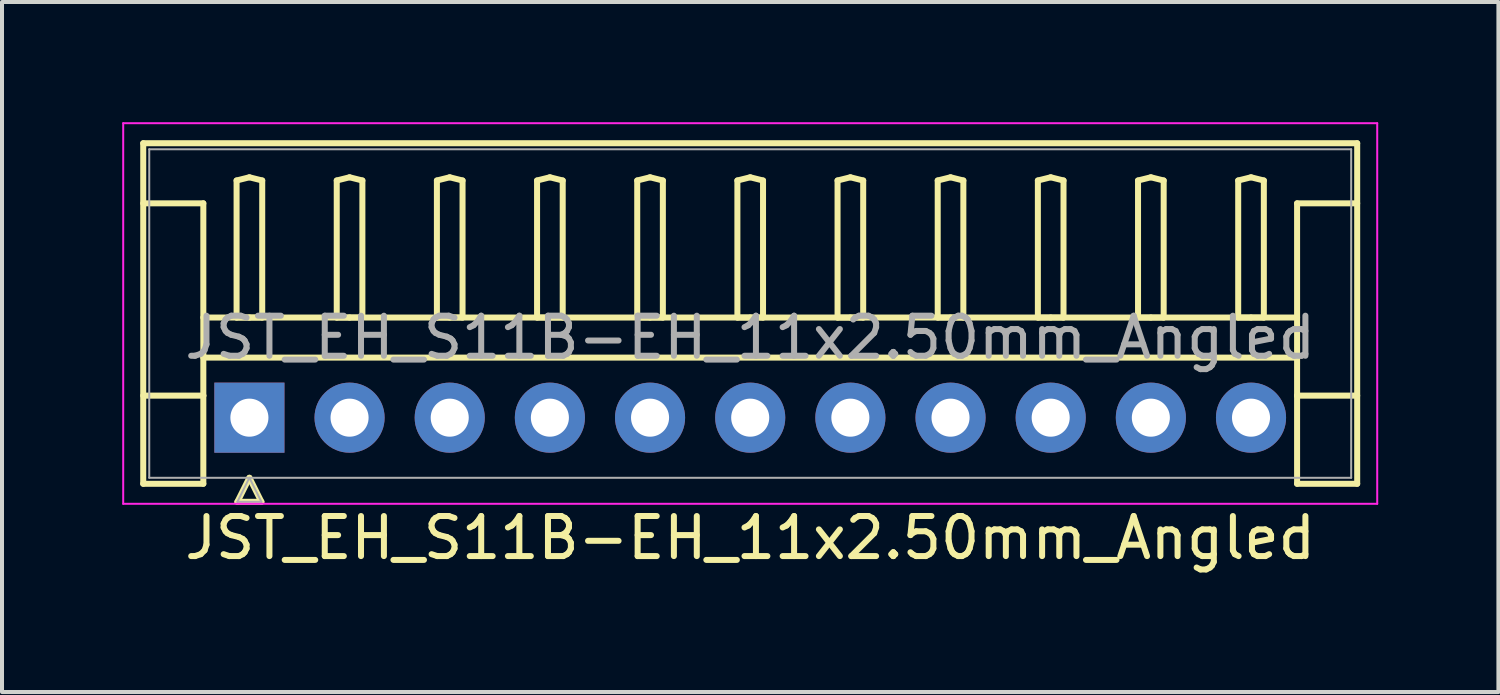
<source format=kicad_pcb>
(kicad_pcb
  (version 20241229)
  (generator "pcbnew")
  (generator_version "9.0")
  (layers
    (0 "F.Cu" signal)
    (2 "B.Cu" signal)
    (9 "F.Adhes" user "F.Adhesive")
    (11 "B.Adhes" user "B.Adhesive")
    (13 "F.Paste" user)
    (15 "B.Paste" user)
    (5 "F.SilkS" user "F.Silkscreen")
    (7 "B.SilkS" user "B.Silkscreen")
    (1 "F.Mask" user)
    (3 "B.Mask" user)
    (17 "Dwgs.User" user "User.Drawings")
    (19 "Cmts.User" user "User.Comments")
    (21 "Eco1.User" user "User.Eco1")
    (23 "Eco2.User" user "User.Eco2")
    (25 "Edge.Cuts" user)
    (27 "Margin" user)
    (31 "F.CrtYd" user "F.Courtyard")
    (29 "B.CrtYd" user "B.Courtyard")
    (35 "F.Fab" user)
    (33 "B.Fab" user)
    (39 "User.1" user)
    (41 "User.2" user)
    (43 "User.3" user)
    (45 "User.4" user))
  (footprint "JST_EH_S11B-EH_11x2.50mm_Angled"
    (layer "F.Cu")
    (at 3.175 7.375)
    (property "Reference" "JST_EH_S11B-EH_11x2.50mm_Angled" (at 12.5 -2 0) (layer "F.Fab") (effects (font (size 1 1) (thickness 0.15))))
    (attr through_hole)
    (fp_line (start -2.65 -6.85) (end 27.65 -6.85) (stroke (width 0.15) (type solid)) (layer "F.SilkS"))
    (fp_line (start -2.65 -5.35) (end -1.15 -5.35) (stroke (width 0.15) (type solid)) (layer "F.SilkS"))
    (fp_line (start -2.65 1.65) (end -2.65 -6.85) (stroke (width 0.15) (type solid)) (layer "F.SilkS"))
    (fp_line (start -1.15 -5.35) (end -1.15 -0.55) (stroke (width 0.15) (type solid)) (layer "F.SilkS"))
    (fp_line (start -1.15 -2.5) (end 26.15 -2.5) (stroke (width 0.15) (type solid)) (layer "F.SilkS"))
    (fp_line (start -1.15 -1.5) (end 26.15 -1.5) (stroke (width 0.15) (type solid)) (layer "F.SilkS"))
    (fp_line (start -1.15 -0.55) (end -2.65 -0.55) (stroke (width 0.15) (type solid)) (layer "F.SilkS"))
    (fp_line (start -1.15 -0.55) (end -1.15 1.65) (stroke (width 0.15) (type solid)) (layer "F.SilkS"))
    (fp_line (start -1.15 1.65) (end -2.65 1.65) (stroke (width 0.15) (type solid)) (layer "F.SilkS"))
    (fp_line (start -0.32 -5.92) (end 0 -6) (stroke (width 0.15) (type solid)) (layer "F.SilkS"))
    (fp_line (start -0.32 -2.5) (end -0.32 -5.92) (stroke (width 0.15) (type solid)) (layer "F.SilkS"))
    (fp_line (start -0.3 2.1) (end 0.3 2.1) (stroke (width 0.15) (type solid)) (layer "F.SilkS"))
    (fp_line (start 0 -6) (end 0.32 -5.92) (stroke (width 0.15) (type solid)) (layer "F.SilkS"))
    (fp_line (start 0 -2.5) (end -0.32 -2.5) (stroke (width 0.15) (type solid)) (layer "F.SilkS"))
    (fp_line (start 0 1.5) (end -0.3 2.1) (stroke (width 0.15) (type solid)) (layer "F.SilkS"))
    (fp_line (start 0.3 2.1) (end 0 1.5) (stroke (width 0.15) (type solid)) (layer "F.SilkS"))
    (fp_line (start 0.32 -5.92) (end 0.32 -2.5) (stroke (width 0.15) (type solid)) (layer "F.SilkS"))
    (fp_line (start 0.32 -2.5) (end 0 -2.5) (stroke (width 0.15) (type solid)) (layer "F.SilkS"))
    (fp_line (start 2.18 -5.92) (end 2.5 -6) (stroke (width 0.15) (type solid)) (layer "F.SilkS"))
    (fp_line (start 2.18 -2.5) (end 2.18 -5.92) (stroke (width 0.15) (type solid)) (layer "F.SilkS"))
    (fp_line (start 2.5 -6) (end 2.82 -5.92) (stroke (width 0.15) (type solid)) (layer "F.SilkS"))
    (fp_line (start 2.5 -2.5) (end 2.18 -2.5) (stroke (width 0.15) (type solid)) (layer "F.SilkS"))
    (fp_line (start 2.82 -5.92) (end 2.82 -2.5) (stroke (width 0.15) (type solid)) (layer "F.SilkS"))
    (fp_line (start 2.82 -2.5) (end 2.5 -2.5) (stroke (width 0.15) (type solid)) (layer "F.SilkS"))
    (fp_line (start 4.68 -5.92) (end 5 -6) (stroke (width 0.15) (type solid)) (layer "F.SilkS"))
    (fp_line (start 4.68 -2.5) (end 4.68 -5.92) (stroke (width 0.15) (type solid)) (layer "F.SilkS"))
    (fp_line (start 5 -6) (end 5.32 -5.92) (stroke (width 0.15) (type solid)) (layer "F.SilkS"))
    (fp_line (start 5 -2.5) (end 4.68 -2.5) (stroke (width 0.15) (type solid)) (layer "F.SilkS"))
    (fp_line (start 5.32 -5.92) (end 5.32 -2.5) (stroke (width 0.15) (type solid)) (layer "F.SilkS"))
    (fp_line (start 5.32 -2.5) (end 5 -2.5) (stroke (width 0.15) (type solid)) (layer "F.SilkS"))
    (fp_line (start 7.18 -5.92) (end 7.5 -6) (stroke (width 0.15) (type solid)) (layer "F.SilkS"))
    (fp_line (start 7.18 -2.5) (end 7.18 -5.92) (stroke (width 0.15) (type solid)) (layer "F.SilkS"))
    (fp_line (start 7.5 -6) (end 7.82 -5.92) (stroke (width 0.15) (type solid)) (layer "F.SilkS"))
    (fp_line (start 7.5 -2.5) (end 7.18 -2.5) (stroke (width 0.15) (type solid)) (layer "F.SilkS"))
    (fp_line (start 7.82 -5.92) (end 7.82 -2.5) (stroke (width 0.15) (type solid)) (layer "F.SilkS"))
    (fp_line (start 7.82 -2.5) (end 7.5 -2.5) (stroke (width 0.15) (type solid)) (layer "F.SilkS"))
    (fp_line (start 9.68 -5.92) (end 10 -6) (stroke (width 0.15) (type solid)) (layer "F.SilkS"))
    (fp_line (start 9.68 -2.5) (end 9.68 -5.92) (stroke (width 0.15) (type solid)) (layer "F.SilkS"))
    (fp_line (start 10 -6) (end 10.32 -5.92) (stroke (width 0.15) (type solid)) (layer "F.SilkS"))
    (fp_line (start 10 -2.5) (end 9.68 -2.5) (stroke (width 0.15) (type solid)) (layer "F.SilkS"))
    (fp_line (start 10.32 -5.92) (end 10.32 -2.5) (stroke (width 0.15) (type solid)) (layer "F.SilkS"))
    (fp_line (start 10.32 -2.5) (end 10 -2.5) (stroke (width 0.15) (type solid)) (layer "F.SilkS"))
    (fp_line (start 12.18 -5.92) (end 12.5 -6) (stroke (width 0.15) (type solid)) (layer "F.SilkS"))
    (fp_line (start 12.18 -2.5) (end 12.18 -5.92) (stroke (width 0.15) (type solid)) (layer "F.SilkS"))
    (fp_line (start 12.5 -6) (end 12.82 -5.92) (stroke (width 0.15) (type solid)) (layer "F.SilkS"))
    (fp_line (start 12.5 -2.5) (end 12.18 -2.5) (stroke (width 0.15) (type solid)) (layer "F.SilkS"))
    (fp_line (start 12.82 -5.92) (end 12.82 -2.5) (stroke (width 0.15) (type solid)) (layer "F.SilkS"))
    (fp_line (start 12.82 -2.5) (end 12.5 -2.5) (stroke (width 0.15) (type solid)) (layer "F.SilkS"))
    (fp_line (start 14.68 -5.92) (end 15 -6) (stroke (width 0.15) (type solid)) (layer "F.SilkS"))
    (fp_line (start 14.68 -2.5) (end 14.68 -5.92) (stroke (width 0.15) (type solid)) (layer "F.SilkS"))
    (fp_line (start 15 -6) (end 15.32 -5.92) (stroke (width 0.15) (type solid)) (layer "F.SilkS"))
    (fp_line (start 15 -2.5) (end 14.68 -2.5) (stroke (width 0.15) (type solid)) (layer "F.SilkS"))
    (fp_line (start 15.32 -5.92) (end 15.32 -2.5) (stroke (width 0.15) (type solid)) (layer "F.SilkS"))
    (fp_line (start 15.32 -2.5) (end 15 -2.5) (stroke (width 0.15) (type solid)) (layer "F.SilkS"))
    (fp_line (start 17.18 -5.92) (end 17.5 -6) (stroke (width 0.15) (type solid)) (layer "F.SilkS"))
    (fp_line (start 17.18 -2.5) (end 17.18 -5.92) (stroke (width 0.15) (type solid)) (layer "F.SilkS"))
    (fp_line (start 17.5 -6) (end 17.82 -5.92) (stroke (width 0.15) (type solid)) (layer "F.SilkS"))
    (fp_line (start 17.5 -2.5) (end 17.18 -2.5) (stroke (width 0.15) (type solid)) (layer "F.SilkS"))
    (fp_line (start 17.82 -5.92) (end 17.82 -2.5) (stroke (width 0.15) (type solid)) (layer "F.SilkS"))
    (fp_line (start 17.82 -2.5) (end 17.5 -2.5) (stroke (width 0.15) (type solid)) (layer "F.SilkS"))
    (fp_line (start 19.68 -5.92) (end 20 -6) (stroke (width 0.15) (type solid)) (layer "F.SilkS"))
    (fp_line (start 19.68 -2.5) (end 19.68 -5.92) (stroke (width 0.15) (type solid)) (layer "F.SilkS"))
    (fp_line (start 20 -6) (end 20.32 -5.92) (stroke (width 0.15) (type solid)) (layer "F.SilkS"))
    (fp_line (start 20 -2.5) (end 19.68 -2.5) (stroke (width 0.15) (type solid)) (layer "F.SilkS"))
    (fp_line (start 20.32 -5.92) (end 20.32 -2.5) (stroke (width 0.15) (type solid)) (layer "F.SilkS"))
    (fp_line (start 20.32 -2.5) (end 20 -2.5) (stroke (width 0.15) (type solid)) (layer "F.SilkS"))
    (fp_line (start 22.18 -5.92) (end 22.5 -6) (stroke (width 0.15) (type solid)) (layer "F.SilkS"))
    (fp_line (start 22.18 -2.5) (end 22.18 -5.92) (stroke (width 0.15) (type solid)) (layer "F.SilkS"))
    (fp_line (start 22.5 -6) (end 22.82 -5.92) (stroke (width 0.15) (type solid)) (layer "F.SilkS"))
    (fp_line (start 22.5 -2.5) (end 22.18 -2.5) (stroke (width 0.15) (type solid)) (layer "F.SilkS"))
    (fp_line (start 22.82 -5.92) (end 22.82 -2.5) (stroke (width 0.15) (type solid)) (layer "F.SilkS"))
    (fp_line (start 22.82 -2.5) (end 22.5 -2.5) (stroke (width 0.15) (type solid)) (layer "F.SilkS"))
    (fp_line (start 24.68 -5.92) (end 25 -6) (stroke (width 0.15) (type solid)) (layer "F.SilkS"))
    (fp_line (start 24.68 -2.5) (end 24.68 -5.92) (stroke (width 0.15) (type solid)) (layer "F.SilkS"))
    (fp_line (start 25 -6) (end 25.32 -5.92) (stroke (width 0.15) (type solid)) (layer "F.SilkS"))
    (fp_line (start 25 -2.5) (end 24.68 -2.5) (stroke (width 0.15) (type solid)) (layer "F.SilkS"))
    (fp_line (start 25.32 -5.92) (end 25.32 -2.5) (stroke (width 0.15) (type solid)) (layer "F.SilkS"))
    (fp_line (start 25.32 -2.5) (end 25 -2.5) (stroke (width 0.15) (type solid)) (layer "F.SilkS"))
    (fp_line (start 26.15 -5.35) (end 26.15 -0.55) (stroke (width 0.15) (type solid)) (layer "F.SilkS"))
    (fp_line (start 26.15 -0.55) (end 27.65 -0.55) (stroke (width 0.15) (type solid)) (layer "F.SilkS"))
    (fp_line (start 26.15 1.65) (end 26.15 -0.55) (stroke (width 0.15) (type solid)) (layer "F.SilkS"))
    (fp_line (start 27.65 -6.85) (end 27.65 1.65) (stroke (width 0.15) (type solid)) (layer "F.SilkS"))
    (fp_line (start 27.65 -5.35) (end 26.15 -5.35) (stroke (width 0.15) (type solid)) (layer "F.SilkS"))
    (fp_line (start 27.65 1.65) (end 26.15 1.65) (stroke (width 0.15) (type solid)) (layer "F.SilkS"))
    (fp_line (start -3.15 -7.35) (end -3.15 2.15) (stroke (width 0.05) (type solid)) (layer "F.CrtYd"))
    (fp_line (start -3.15 2.15) (end 28.15 2.15) (stroke (width 0.05) (type solid)) (layer "F.CrtYd"))
    (fp_line (start 28.15 -7.35) (end -3.15 -7.35) (stroke (width 0.05) (type solid)) (layer "F.CrtYd"))
    (fp_line (start 28.15 2.15) (end 28.15 -7.35) (stroke (width 0.05) (type solid)) (layer "F.CrtYd"))
    (fp_line (start -2.5 -6.7) (end -2.5 1.5) (stroke (width 0.05) (type solid)) (layer "F.Fab"))
    (fp_line (start -2.5 1.5) (end 27.5 1.5) (stroke (width 0.05) (type solid)) (layer "F.Fab"))
    (fp_line (start -0.3 2.1) (end 0.3 2.1) (stroke (width 0.05) (type solid)) (layer "F.Fab"))
    (fp_line (start 0 1.5) (end -0.3 2.1) (stroke (width 0.05) (type solid)) (layer "F.Fab"))
    (fp_line (start 0.3 2.1) (end 0 1.5) (stroke (width 0.05) (type solid)) (layer "F.Fab"))
    (fp_line (start 27.5 -6.7) (end -2.5 -6.7) (stroke (width 0.05) (type solid)) (layer "F.Fab"))
    (fp_line (start 27.5 1.5) (end 27.5 -6.7) (stroke (width 0.05) (type solid)) (layer "F.Fab"))
    (fp_text user "${REFERENCE}" (at 12.5 3 0) (layer "F.SilkS") (effects (font (size 1 1) (thickness 0.15))))
    (pad "1" thru_hole rect (at 0 0) (size 1.75 1.75) (drill 0.95) (layers "*.Cu" "*.Mask"))
    (pad "2" thru_hole circle (at 2.5 0) (size 1.75 1.75) (drill 0.95) (layers "*.Cu" "*.Mask"))
    (pad "3" thru_hole circle (at 5 0) (size 1.75 1.75) (drill 0.95) (layers "*.Cu" "*.Mask"))
    (pad "4" thru_hole circle (at 7.5 0) (size 1.75 1.75) (drill 0.95) (layers "*.Cu" "*.Mask"))
    (pad "5" thru_hole circle (at 10 0) (size 1.75 1.75) (drill 0.95) (layers "*.Cu" "*.Mask"))
    (pad "6" thru_hole circle (at 12.5 0) (size 1.75 1.75) (drill 0.95) (layers "*.Cu" "*.Mask"))
    (pad "7" thru_hole circle (at 15 0) (size 1.75 1.75) (drill 0.95) (layers "*.Cu" "*.Mask"))
    (pad "8" thru_hole circle (at 17.5 0) (size 1.75 1.75) (drill 0.95) (layers "*.Cu" "*.Mask"))
    (pad "9" thru_hole circle (at 20 0) (size 1.75 1.75) (drill 0.95) (layers "*.Cu" "*.Mask"))
    (pad "10" thru_hole circle (at 22.5 0) (size 1.75 1.75) (drill 0.95) (layers "*.Cu" "*.Mask"))
    (pad "11" thru_hole circle (at 25 0) (size 1.75 1.75) (drill 0.95) (layers "*.Cu" "*.Mask")))
  (gr_rect
    (start -3 -3)
    (end 34.35 14.223)
    (stroke (width 0.1) (type default))
    (fill no)
    (layer "Edge.Cuts")))
</source>
